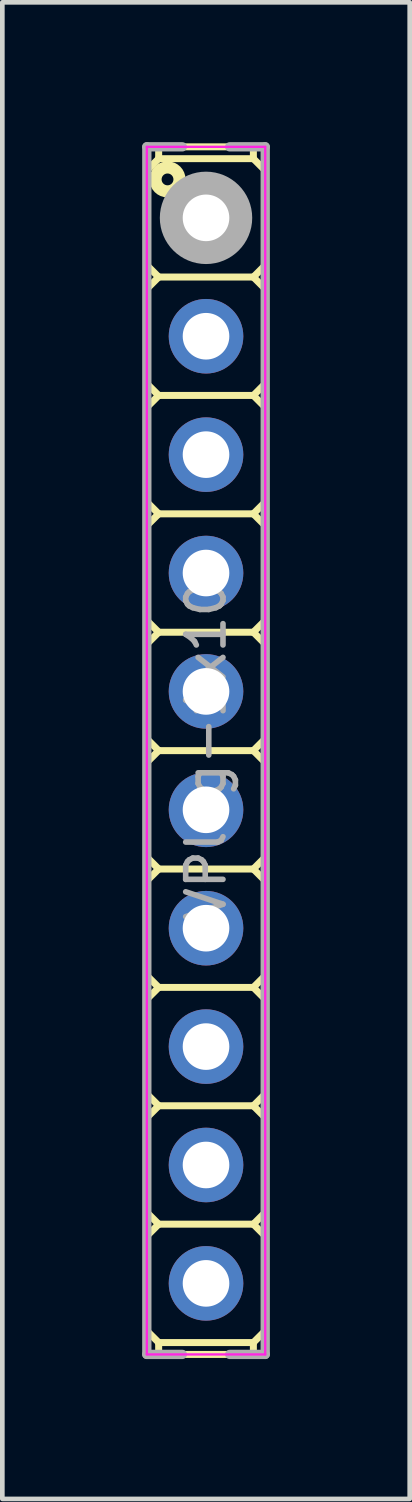
<source format=kicad_pcb>
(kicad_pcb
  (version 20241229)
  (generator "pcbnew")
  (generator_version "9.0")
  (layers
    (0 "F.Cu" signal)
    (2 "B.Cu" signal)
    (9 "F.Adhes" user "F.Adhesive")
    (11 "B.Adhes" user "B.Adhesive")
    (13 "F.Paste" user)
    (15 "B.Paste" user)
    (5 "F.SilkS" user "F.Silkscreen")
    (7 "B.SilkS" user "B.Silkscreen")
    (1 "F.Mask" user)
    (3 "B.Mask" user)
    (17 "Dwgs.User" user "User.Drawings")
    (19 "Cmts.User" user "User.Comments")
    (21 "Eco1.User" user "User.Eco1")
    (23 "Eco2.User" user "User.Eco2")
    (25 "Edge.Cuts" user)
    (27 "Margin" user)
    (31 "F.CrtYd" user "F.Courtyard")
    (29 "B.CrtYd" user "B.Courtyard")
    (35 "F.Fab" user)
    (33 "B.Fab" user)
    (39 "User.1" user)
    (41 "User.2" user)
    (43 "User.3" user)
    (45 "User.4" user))
  (footprint "VPlug-1x10"
    (layer "F.Cu")
    (at 1.37 13.054)
    (property "Reference" "VPlug-1x10" (at 0 0 270) (layer "F.Fab") (effects (font (size 0.8 0.8) (thickness 0.12))))
    (attr through_hole)
    (fp_line (start -1.27 -12.446) (end -1.27 -10.414) (stroke (width 0.15) (type solid)) (layer "F.SilkS"))
    (fp_line (start -1.27 -12.446) (end -1.016 -12.7) (stroke (width 0.15) (type solid)) (layer "F.SilkS"))
    (fp_line (start -1.27 -10.414) (end -1.016 -10.16) (stroke (width 0.15) (type solid)) (layer "F.SilkS"))
    (fp_line (start -1.27 -9.906) (end -1.27 -7.874) (stroke (width 0.15) (type solid)) (layer "F.SilkS"))
    (fp_line (start -1.27 -7.874) (end -1.016 -7.62) (stroke (width 0.15) (type solid)) (layer "F.SilkS"))
    (fp_line (start -1.27 -7.366) (end -1.27 -5.334) (stroke (width 0.15) (type solid)) (layer "F.SilkS"))
    (fp_line (start -1.27 -5.334) (end -1.016 -5.08) (stroke (width 0.15) (type solid)) (layer "F.SilkS"))
    (fp_line (start -1.27 -4.826) (end -1.27 -2.794) (stroke (width 0.15) (type solid)) (layer "F.SilkS"))
    (fp_line (start -1.27 -2.794) (end -1.016 -2.54) (stroke (width 0.15) (type solid)) (layer "F.SilkS"))
    (fp_line (start -1.27 -2.286) (end -1.27 -0.254) (stroke (width 0.15) (type solid)) (layer "F.SilkS"))
    (fp_line (start -1.27 -0.254) (end -1.016 0) (stroke (width 0.15) (type solid)) (layer "F.SilkS"))
    (fp_line (start -1.27 0.254) (end -1.27 2.286) (stroke (width 0.15) (type solid)) (layer "F.SilkS"))
    (fp_line (start -1.27 2.286) (end -1.016 2.54) (stroke (width 0.15) (type solid)) (layer "F.SilkS"))
    (fp_line (start -1.27 2.794) (end -1.27 4.826) (stroke (width 0.15) (type solid)) (layer "F.SilkS"))
    (fp_line (start -1.27 4.826) (end -1.016 5.08) (stroke (width 0.15) (type solid)) (layer "F.SilkS"))
    (fp_line (start -1.27 5.334) (end -1.27 7.366) (stroke (width 0.15) (type solid)) (layer "F.SilkS"))
    (fp_line (start -1.27 7.366) (end -1.016 7.62) (stroke (width 0.15) (type solid)) (layer "F.SilkS"))
    (fp_line (start -1.27 7.874) (end -1.27 9.906) (stroke (width 0.15) (type solid)) (layer "F.SilkS"))
    (fp_line (start -1.27 9.906) (end -1.016 10.16) (stroke (width 0.15) (type solid)) (layer "F.SilkS"))
    (fp_line (start -1.27 10.414) (end -1.27 12.446) (stroke (width 0.15) (type solid)) (layer "F.SilkS"))
    (fp_line (start -1.27 12.446) (end -1.016 12.7) (stroke (width 0.15) (type solid)) (layer "F.SilkS"))
    (fp_line (start -1.016 -12.954) (end 1.016 -12.954) (stroke (width 0.15) (type solid)) (layer "F.SilkS"))
    (fp_line (start -1.016 -12.7) (end -1.016 -12.954) (stroke (width 0.15) (type solid)) (layer "F.SilkS"))
    (fp_line (start -1.016 -12.7) (end 1.016 -12.7) (stroke (width 0.15) (type solid)) (layer "F.SilkS"))
    (fp_line (start -1.016 -10.16) (end -1.27 -9.906) (stroke (width 0.15) (type solid)) (layer "F.SilkS"))
    (fp_line (start -1.016 -7.62) (end -1.27 -7.366) (stroke (width 0.15) (type solid)) (layer "F.SilkS"))
    (fp_line (start -1.016 -7.62) (end 1.016 -7.62) (stroke (width 0.15) (type solid)) (layer "F.SilkS"))
    (fp_line (start -1.016 -5.08) (end -1.27 -4.826) (stroke (width 0.15) (type solid)) (layer "F.SilkS"))
    (fp_line (start -1.016 -2.54) (end -1.27 -2.286) (stroke (width 0.15) (type solid)) (layer "F.SilkS"))
    (fp_line (start -1.016 0) (end -1.27 0.254) (stroke (width 0.15) (type solid)) (layer "F.SilkS"))
    (fp_line (start -1.016 2.54) (end -1.27 2.794) (stroke (width 0.15) (type solid)) (layer "F.SilkS"))
    (fp_line (start -1.016 5.08) (end -1.27 5.334) (stroke (width 0.15) (type solid)) (layer "F.SilkS"))
    (fp_line (start -1.016 7.62) (end -1.27 7.874) (stroke (width 0.15) (type solid)) (layer "F.SilkS"))
    (fp_line (start -1.016 10.16) (end -1.27 10.414) (stroke (width 0.15) (type solid)) (layer "F.SilkS"))
    (fp_line (start -1.016 12.7) (end -1.016 12.954) (stroke (width 0.15) (type solid)) (layer "F.SilkS"))
    (fp_line (start -1.016 12.7) (end 1.016 12.7) (stroke (width 0.15) (type solid)) (layer "F.SilkS"))
    (fp_line (start -1.016 12.954) (end 1.016 12.954) (stroke (width 0.15) (type solid)) (layer "F.SilkS"))
    (fp_line (start 1.016 -12.954) (end 1.016 -12.7) (stroke (width 0.15) (type solid)) (layer "F.SilkS"))
    (fp_line (start 1.016 -12.7) (end 1.27 -12.446) (stroke (width 0.15) (type solid)) (layer "F.SilkS"))
    (fp_line (start 1.016 -10.16) (end -1.016 -10.16) (stroke (width 0.15) (type solid)) (layer "F.SilkS"))
    (fp_line (start 1.016 -7.62) (end 1.27 -7.874) (stroke (width 0.15) (type solid)) (layer "F.SilkS"))
    (fp_line (start 1.016 -5.08) (end -1.016 -5.08) (stroke (width 0.15) (type solid)) (layer "F.SilkS"))
    (fp_line (start 1.016 -5.08) (end 1.27 -5.334) (stroke (width 0.15) (type solid)) (layer "F.SilkS"))
    (fp_line (start 1.016 -2.54) (end -1.016 -2.54) (stroke (width 0.15) (type solid)) (layer "F.SilkS"))
    (fp_line (start 1.016 -2.54) (end 1.27 -2.794) (stroke (width 0.15) (type solid)) (layer "F.SilkS"))
    (fp_line (start 1.016 0) (end -1.016 0) (stroke (width 0.15) (type solid)) (layer "F.SilkS"))
    (fp_line (start 1.016 0) (end 1.27 -0.254) (stroke (width 0.15) (type solid)) (layer "F.SilkS"))
    (fp_line (start 1.016 2.54) (end -1.016 2.54) (stroke (width 0.15) (type solid)) (layer "F.SilkS"))
    (fp_line (start 1.016 2.54) (end 1.27 2.286) (stroke (width 0.15) (type solid)) (layer "F.SilkS"))
    (fp_line (start 1.016 5.08) (end -1.016 5.08) (stroke (width 0.15) (type solid)) (layer "F.SilkS"))
    (fp_line (start 1.016 5.08) (end 1.27 4.826) (stroke (width 0.15) (type solid)) (layer "F.SilkS"))
    (fp_line (start 1.016 7.62) (end -1.016 7.62) (stroke (width 0.15) (type solid)) (layer "F.SilkS"))
    (fp_line (start 1.016 7.62) (end 1.27 7.366) (stroke (width 0.15) (type solid)) (layer "F.SilkS"))
    (fp_line (start 1.016 10.16) (end -1.016 10.16) (stroke (width 0.15) (type solid)) (layer "F.SilkS"))
    (fp_line (start 1.016 10.16) (end 1.27 9.906) (stroke (width 0.15) (type solid)) (layer "F.SilkS"))
    (fp_line (start 1.016 12.7) (end 1.27 12.446) (stroke (width 0.15) (type solid)) (layer "F.SilkS"))
    (fp_line (start 1.016 12.954) (end 1.016 12.7) (stroke (width 0.15) (type solid)) (layer "F.SilkS"))
    (fp_line (start 1.27 -12.446) (end 1.27 -10.414) (stroke (width 0.15) (type solid)) (layer "F.SilkS"))
    (fp_line (start 1.27 -10.414) (end 1.016 -10.16) (stroke (width 0.15) (type solid)) (layer "F.SilkS"))
    (fp_line (start 1.27 -9.906) (end 1.016 -10.16) (stroke (width 0.15) (type solid)) (layer "F.SilkS"))
    (fp_line (start 1.27 -7.874) (end 1.27 -9.906) (stroke (width 0.15) (type solid)) (layer "F.SilkS"))
    (fp_line (start 1.27 -7.366) (end 1.016 -7.62) (stroke (width 0.15) (type solid)) (layer "F.SilkS"))
    (fp_line (start 1.27 -5.334) (end 1.27 -7.366) (stroke (width 0.15) (type solid)) (layer "F.SilkS"))
    (fp_line (start 1.27 -4.826) (end 1.016 -5.08) (stroke (width 0.15) (type solid)) (layer "F.SilkS"))
    (fp_line (start 1.27 -2.794) (end 1.27 -4.826) (stroke (width 0.15) (type solid)) (layer "F.SilkS"))
    (fp_line (start 1.27 -2.286) (end 1.016 -2.54) (stroke (width 0.15) (type solid)) (layer "F.SilkS"))
    (fp_line (start 1.27 -0.254) (end 1.27 -2.286) (stroke (width 0.15) (type solid)) (layer "F.SilkS"))
    (fp_line (start 1.27 0.254) (end 1.016 0) (stroke (width 0.15) (type solid)) (layer "F.SilkS"))
    (fp_line (start 1.27 2.286) (end 1.27 0.254) (stroke (width 0.15) (type solid)) (layer "F.SilkS"))
    (fp_line (start 1.27 2.794) (end 1.016 2.54) (stroke (width 0.15) (type solid)) (layer "F.SilkS"))
    (fp_line (start 1.27 4.826) (end 1.27 2.794) (stroke (width 0.15) (type solid)) (layer "F.SilkS"))
    (fp_line (start 1.27 5.334) (end 1.016 5.08) (stroke (width 0.15) (type solid)) (layer "F.SilkS"))
    (fp_line (start 1.27 7.366) (end 1.27 5.334) (stroke (width 0.15) (type solid)) (layer "F.SilkS"))
    (fp_line (start 1.27 7.874) (end 1.016 7.62) (stroke (width 0.15) (type solid)) (layer "F.SilkS"))
    (fp_line (start 1.27 9.906) (end 1.27 7.874) (stroke (width 0.15) (type solid)) (layer "F.SilkS"))
    (fp_line (start 1.27 10.414) (end 1.016 10.16) (stroke (width 0.15) (type solid)) (layer "F.SilkS"))
    (fp_line (start 1.27 12.446) (end 1.27 10.414) (stroke (width 0.15) (type solid)) (layer "F.SilkS"))
    (fp_circle (center -0.826 -12.255) (end -0.699 -12.255) (stroke (width 0.26) (type solid)) (fill no) (layer "F.SilkS"))
    (fp_line (start -1.27 -12.954) (end 1.27 -12.954) (stroke (width 0.05) (type solid)) (layer "F.CrtYd"))
    (fp_line (start -1.27 12.954) (end -1.27 -12.954) (stroke (width 0.05) (type solid)) (layer "F.CrtYd"))
    (fp_line (start 1.27 -12.954) (end 1.27 12.954) (stroke (width 0.05) (type solid)) (layer "F.CrtYd"))
    (fp_line (start 1.27 12.954) (end -1.27 12.954) (stroke (width 0.05) (type solid)) (layer "F.CrtYd"))
    (fp_line (start -1.27 -12.954) (end -1.27 12.954) (stroke (width 0.2) (type solid)) (layer "F.Fab"))
    (fp_line (start -0.508 -12.954) (end -1.27 -12.954) (stroke (width 0.2) (type solid)) (layer "F.Fab"))
    (fp_line (start -0.508 12.954) (end -1.27 12.954) (stroke (width 0.2) (type solid)) (layer "F.Fab"))
    (fp_line (start 1.27 -12.954) (end 0.508 -12.954) (stroke (width 0.2) (type solid)) (layer "F.Fab"))
    (fp_line (start 1.27 12.954) (end 0.508 12.954) (stroke (width 0.2) (type solid)) (layer "F.Fab"))
    (fp_line (start 1.27 12.954) (end 1.27 -12.954) (stroke (width 0.2) (type solid)) (layer "F.Fab"))
    (fp_circle (center 0 -11.43) (end 0 -11.239) (stroke (width 0.8) (type solid)) (fill no) (layer "F.Fab"))
    (pad "1" thru_hole circle (at 0 -11.43) (size 1.6 1.6) (drill 1) (layers "*.Cu" "*.Mask"))
    (pad "2" thru_hole circle (at 0 -8.89) (size 1.6 1.6) (drill 1) (layers "*.Cu" "*.Mask"))
    (pad "3" thru_hole circle (at 0 -6.35) (size 1.6 1.6) (drill 1) (layers "*.Cu" "*.Mask"))
    (pad "4" thru_hole circle (at 0 -3.81) (size 1.6 1.6) (drill 1) (layers "*.Cu" "*.Mask"))
    (pad "5" thru_hole circle (at 0 -1.27) (size 1.6 1.6) (drill 1) (layers "*.Cu" "*.Mask"))
    (pad "6" thru_hole circle (at 0 1.27) (size 1.6 1.6) (drill 1) (layers "*.Cu" "*.Mask"))
    (pad "7" thru_hole circle (at 0 3.81) (size 1.6 1.6) (drill 1) (layers "*.Cu" "*.Mask"))
    (pad "8" thru_hole circle (at 0 6.35) (size 1.6 1.6) (drill 1) (layers "*.Cu" "*.Mask"))
    (pad "9" thru_hole circle (at 0 8.89) (size 1.6 1.6) (drill 1) (layers "*.Cu" "*.Mask"))
    (pad "10" thru_hole circle (at 0 11.43) (size 1.6 1.6) (drill 1) (layers "*.Cu" "*.Mask")))
  (gr_rect
    (start -3 -3)
    (end 5.74 29.108)
    (stroke (width 0.1) (type default))
    (fill no)
    (layer "Edge.Cuts")))
</source>
